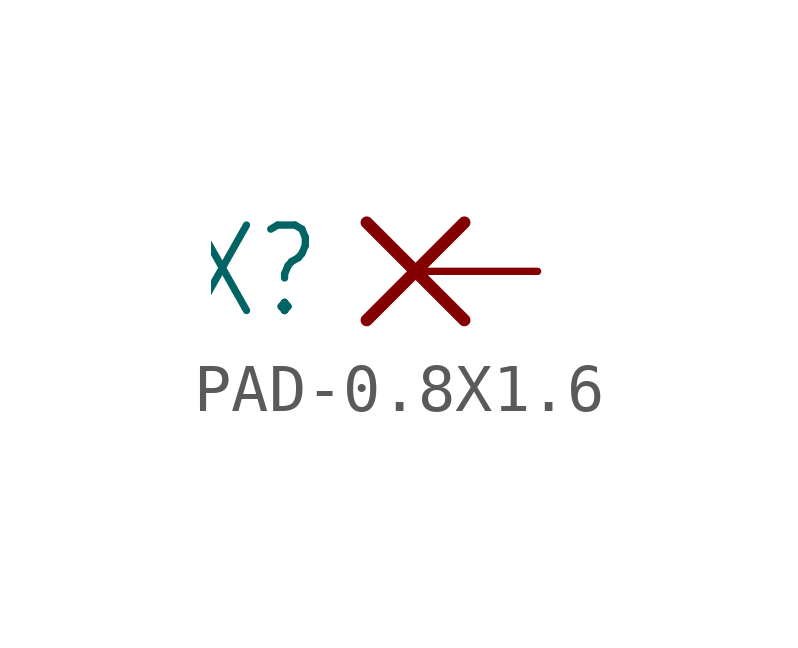
<source format=kicad_sym>
(kicad_symbol_lib
  (version 20231120)
  (generator "kicad_symbol_editor")
  (generator_version "8.0")
  (symbol "PAD-0.8X1.6"
    (property "Reference" "X"
      (at -1.905 0 0)
      (effects (font (size 1.778 1.511)) (justify right)))
    (property "ki_locked" ""
      (at 0 0 0)
      (effects (font (size 1.27 1.27))))
    (symbol "PAD-0.8X1.6_1_0"
      (polyline (pts (xy -1.016 -1.016) (xy 1.016 1.016)) (stroke (width 0.254) (type solid)) (fill (type none)))
      (polyline (pts (xy -1.016 1.016) (xy 1.016 -1.016)) (stroke (width 0.254) (type solid)) (fill (type none)))
      (pin passive line (at 2.54 0 180) (length 2.54) (name "P" (effects (font (size 0 0)))) (number "1" (effects (font (size 0 0))))))))
</source>
